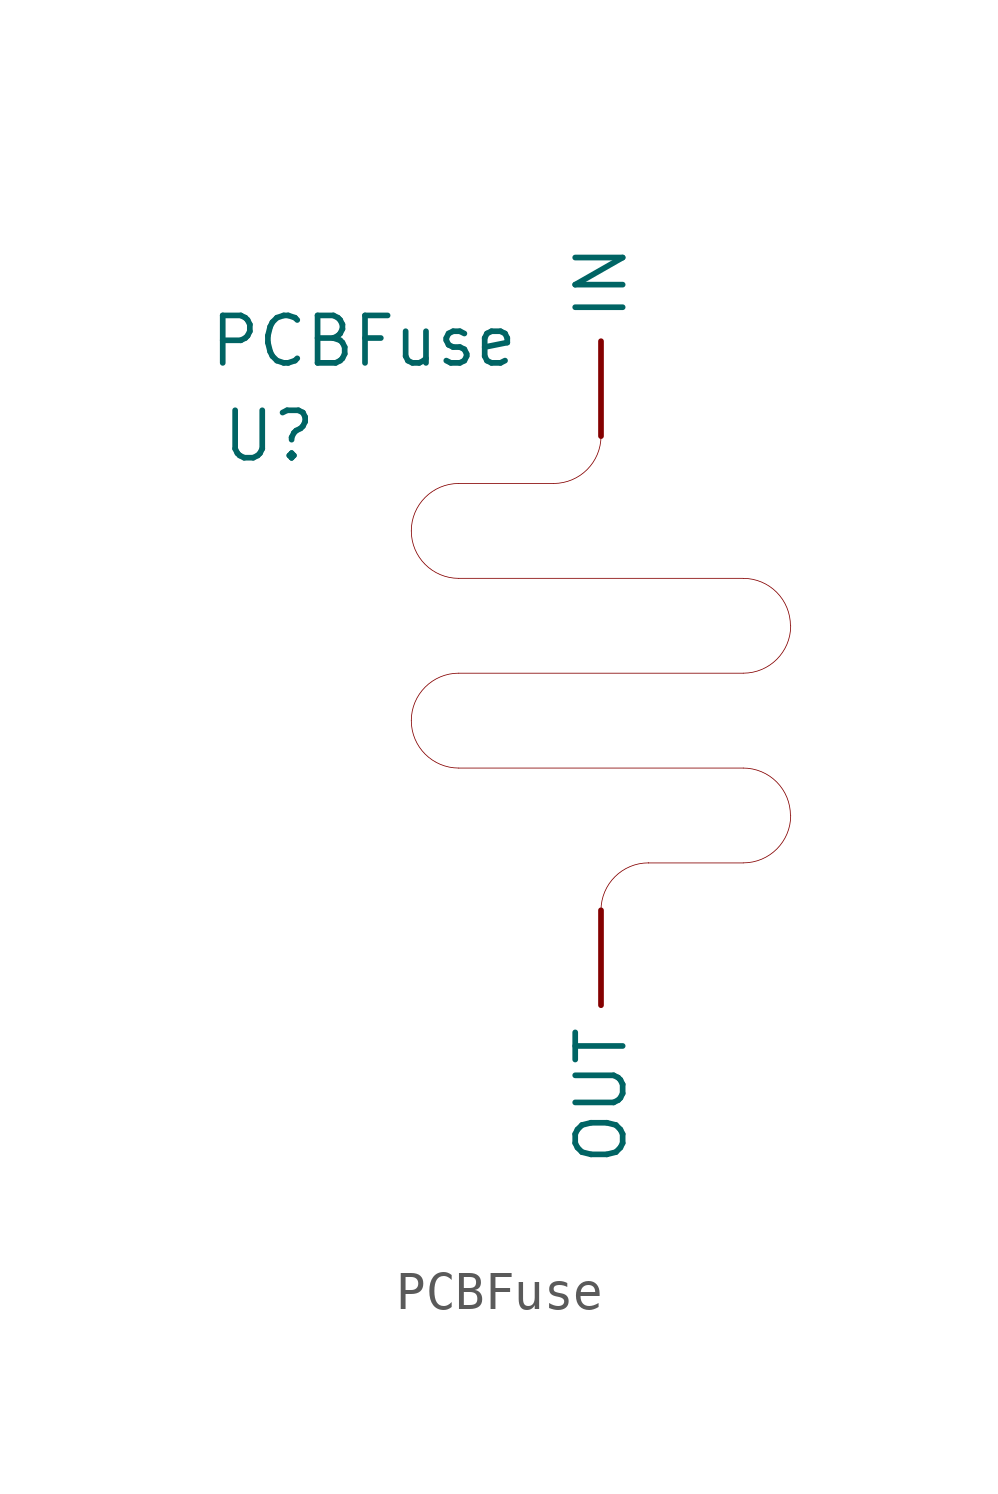
<source format=kicad_sym>
(kicad_symbol_lib
  (version 20201005)
  (generator kicad_symbol_editor)
  (symbol "PCBFuse:PCBFuse"
    (property "Reference" "U"
      (at -8.89 7.62 0)
      (effects (font (size 1.27 1.27))))
    (property "Value" "PCBFuse"
      (at -6.35 10.16 0)
      (effects (font (size 1.27 1.27))))
    (symbol "PCBFuse_0_1"
      (arc (start -3.81 6.35) (end -5.08 5.08) (radius (at -3.81 5.08) (length 1.27) (angles 90 180)) (stroke (width 0.0006)) (fill (type none)))
      (arc (start -5.08 5.08) (end -3.81 3.81) (radius (at -3.81 5.08) (length 1.27) (angles 180 -90)) (stroke (width 0.0006)) (fill (type none)))
      (arc (start -1.27 6.35) (end 0 7.62) (radius (at -1.27 7.62) (length 1.27) (angles -90 0)) (stroke (width 0.0006)) (fill (type none)))
      (arc (start 3.81 3.81) (end 5.08 2.54) (radius (at 3.81 2.54) (length 1.27) (angles 90 0)) (stroke (width 0.0006)) (fill (type none)))
      (arc (start 5.08 2.54) (end 3.81 1.27) (radius (at 3.81 2.54) (length 1.27) (angles 0 -90)) (stroke (width 0.0006)) (fill (type none)))
      (arc (start -3.81 1.27) (end -5.08 0) (radius (at -3.81 0) (length 1.27) (angles 90 180)) (stroke (width 0.0006)) (fill (type none)))
      (arc (start -5.08 0) (end -3.81 -1.27) (radius (at -3.81 0) (length 1.27) (angles 180 -90)) (stroke (width 0.0006)) (fill (type none)))
      (arc (start 5.08 -2.54) (end 3.81 -3.81) (radius (at 3.81 -2.54) (length 1.27) (angles 0 -90)) (stroke (width 0.0006)) (fill (type none)))
      (arc (start 3.81 -1.27) (end 5.08 -2.54) (radius (at 3.81 -2.54) (length 1.27) (angles 90 0)) (stroke (width 0.0006)) (fill (type none)))
      (arc (start 1.27 -3.81) (end 1.27 -3.81) (radius (at 1.27 -3.81) (length 0) (angles 0 0)) (stroke (width 0.0006)) (fill (type none)))
      (arc (start 0 -5.08) (end 1.27 -3.81) (radius (at 1.27 -5.08) (length 1.27) (angles 180 90)) (stroke (width 0.0006)) (fill (type none)))
      (polyline (pts (xy -3.81 6.35) (xy -1.27 6.35)) (stroke (width 0.001)) (fill (type none)))
      (polyline (pts (xy -3.81 3.81) (xy 3.81 3.81)) (stroke (width 0.001)) (fill (type none)))
      (polyline (pts (xy -3.81 1.27) (xy 3.81 1.27)) (stroke (width 0.001)) (fill (type none)))
      (polyline (pts (xy -3.81 -1.27) (xy 3.81 -1.27)) (stroke (width 0.001)) (fill (type none)))
      (polyline (pts (xy 3.81 -3.81) (xy 1.27 -3.81)) (stroke (width 0.001)) (fill (type none))))
    (symbol "PCBFuse_1_1"
      (pin input line (at 0 7.62 90) (length 2.54) (name "IN" (effects (font (size 1.27 1.27)))) (number "" (effects (font (size 1.27 1.27)))))
      (pin input line (at 0 -5.08 270) (length 2.54) (name "OUT" (effects (font (size 1.27 1.27)))) (number "" (effects (font (size 1.27 1.27))))))))
</source>
